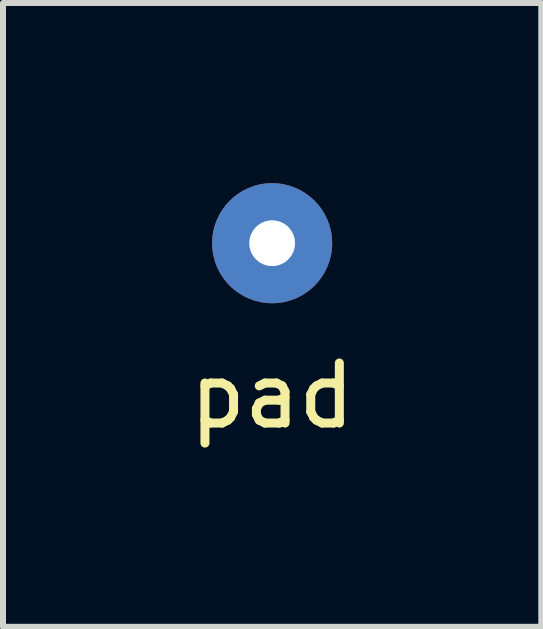
<source format=kicad_pcb>
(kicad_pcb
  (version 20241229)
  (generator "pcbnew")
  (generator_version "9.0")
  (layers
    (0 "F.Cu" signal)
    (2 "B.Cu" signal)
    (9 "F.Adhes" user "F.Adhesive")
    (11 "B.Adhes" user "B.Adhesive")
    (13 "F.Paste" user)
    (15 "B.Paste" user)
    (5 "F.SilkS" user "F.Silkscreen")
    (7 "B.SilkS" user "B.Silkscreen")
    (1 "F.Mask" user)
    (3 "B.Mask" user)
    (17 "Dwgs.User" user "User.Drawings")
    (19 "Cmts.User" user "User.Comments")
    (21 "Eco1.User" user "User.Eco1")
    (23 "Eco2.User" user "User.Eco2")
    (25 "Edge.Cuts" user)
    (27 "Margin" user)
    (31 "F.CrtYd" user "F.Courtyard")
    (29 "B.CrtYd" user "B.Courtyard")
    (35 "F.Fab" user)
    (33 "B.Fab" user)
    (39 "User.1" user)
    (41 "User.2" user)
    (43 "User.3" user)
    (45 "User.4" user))
  (footprint "pad"
    (layer "F.Cu")
    (at 1.482 1)
    (property "Reference" "pad" (at 0 2.54 0) (layer "F.SilkS") (effects (font (size 1 1) (thickness 0.15))))
    (attr through_hole)
    (pad "1" thru_hole circle (at 0 0) (size 2 2) (drill 0.762) (layers "*.Cu" "*.Mask")))
  (gr_rect
    (start -3 -3)
    (end 5.964 7.388)
    (stroke (width 0.1) (type default))
    (fill no)
    (layer "Edge.Cuts")))
</source>
